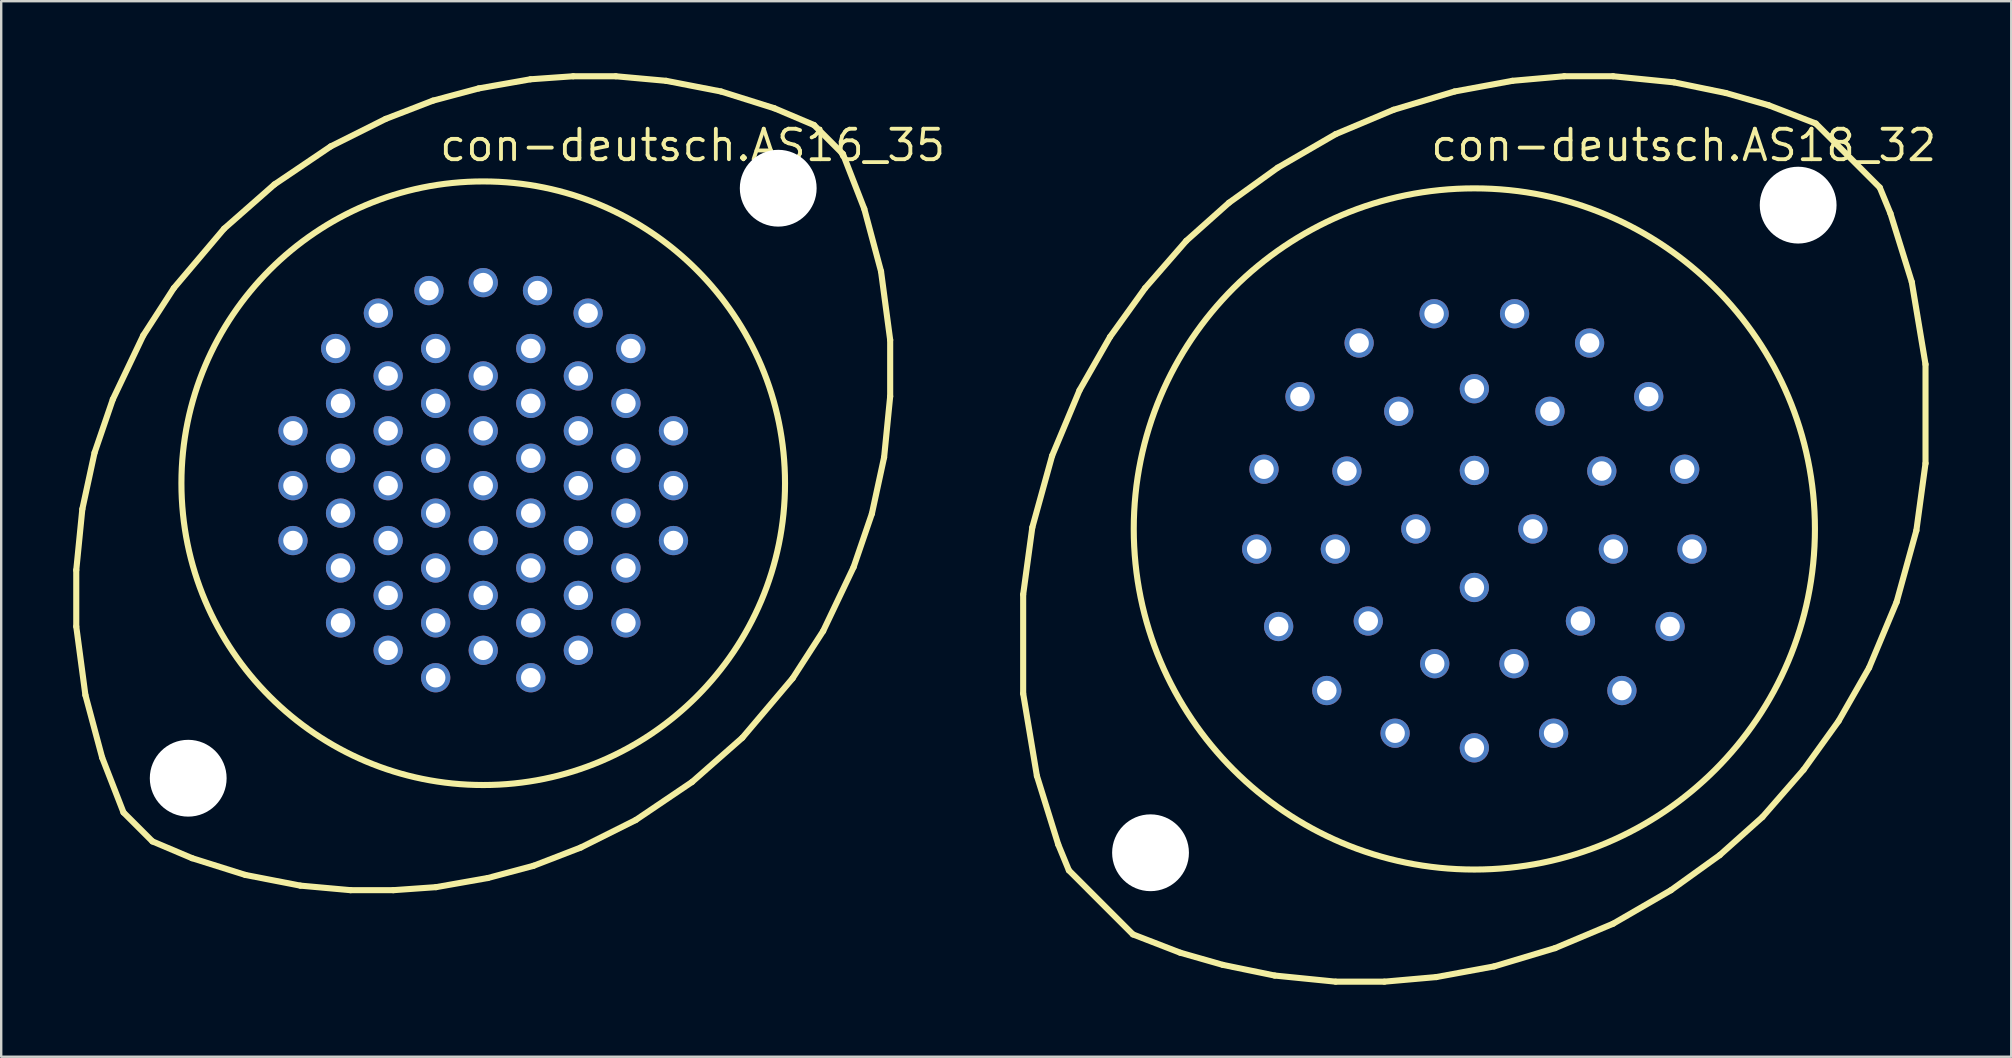
<source format=kicad_pcb>
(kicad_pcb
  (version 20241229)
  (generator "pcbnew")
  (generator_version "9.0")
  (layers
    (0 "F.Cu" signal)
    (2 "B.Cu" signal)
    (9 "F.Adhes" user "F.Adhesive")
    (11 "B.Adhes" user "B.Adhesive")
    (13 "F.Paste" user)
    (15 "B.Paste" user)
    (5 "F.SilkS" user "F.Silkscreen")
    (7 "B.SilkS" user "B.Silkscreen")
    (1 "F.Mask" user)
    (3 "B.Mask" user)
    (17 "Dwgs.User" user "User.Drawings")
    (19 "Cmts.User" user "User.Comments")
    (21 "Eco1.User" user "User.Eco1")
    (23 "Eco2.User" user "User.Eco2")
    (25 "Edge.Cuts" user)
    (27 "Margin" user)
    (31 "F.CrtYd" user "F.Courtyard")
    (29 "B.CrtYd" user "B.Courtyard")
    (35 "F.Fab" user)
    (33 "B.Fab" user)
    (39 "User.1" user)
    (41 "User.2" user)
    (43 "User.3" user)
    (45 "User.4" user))
  (footprint "con-deutsch.AS18_32"
    (layer "F.Cu")
    (at 58.371 18.986)
    (property "Reference" "con-deutsch.AS18_32" (at -1.905 -15.24 0) (layer "F.SilkS") (effects (font (size 1.27 1.27) (thickness 0.16)) (justify left bottom)))
    (attr through_hole)
    (fp_line (start -18.796 2.731) (end -18.415 -0.064) (stroke (width 0.254) (type default)) (layer "F.SilkS"))
    (fp_line (start -18.796 6.858) (end -18.796 2.731) (stroke (width 0.254) (type default)) (layer "F.SilkS"))
    (fp_line (start -18.415 -0.064) (end -17.59 -3.048) (stroke (width 0.254) (type default)) (layer "F.SilkS"))
    (fp_line (start -18.224 10.287) (end -18.796 6.858) (stroke (width 0.254) (type default)) (layer "F.SilkS"))
    (fp_line (start -17.59 -3.048) (end -16.447 -5.779) (stroke (width 0.254) (type default)) (layer "F.SilkS"))
    (fp_line (start -17.335 13.145) (end -18.224 10.287) (stroke (width 0.254) (type default)) (layer "F.SilkS"))
    (fp_line (start -16.891 14.224) (end -17.335 13.145) (stroke (width 0.254) (type default)) (layer "F.SilkS"))
    (fp_line (start -16.891 14.224) (end -14.224 16.891) (stroke (width 0.254) (type default)) (layer "F.SilkS"))
    (fp_line (start -16.447 -5.779) (end -15.177 -8.001) (stroke (width 0.254) (type default)) (layer "F.SilkS"))
    (fp_line (start -15.177 -8.001) (end -13.716 -10.033) (stroke (width 0.254) (type default)) (layer "F.SilkS"))
    (fp_line (start -13.716 -10.033) (end -12.002 -12.002) (stroke (width 0.254) (type default)) (layer "F.SilkS"))
    (fp_line (start -12.255 17.653) (end -14.224 16.891) (stroke (width 0.254) (type default)) (layer "F.SilkS"))
    (fp_line (start -12.002 -12.002) (end -10.223 -13.589) (stroke (width 0.254) (type default)) (layer "F.SilkS"))
    (fp_line (start -10.477 18.161) (end -12.255 17.653) (stroke (width 0.254) (type default)) (layer "F.SilkS"))
    (fp_line (start -10.223 -13.589) (end -8.191 -15.05) (stroke (width 0.254) (type default)) (layer "F.SilkS"))
    (fp_line (start -8.319 18.605) (end -10.477 18.161) (stroke (width 0.254) (type default)) (layer "F.SilkS"))
    (fp_line (start -8.191 -15.05) (end -5.779 -16.447) (stroke (width 0.254) (type default)) (layer "F.SilkS"))
    (fp_line (start -5.779 -16.447) (end -3.365 -17.462) (stroke (width 0.254) (type default)) (layer "F.SilkS"))
    (fp_line (start -5.779 18.86) (end -8.319 18.605) (stroke (width 0.254) (type default)) (layer "F.SilkS"))
    (fp_line (start -3.747 18.86) (end -5.779 18.86) (stroke (width 0.254) (type default)) (layer "F.SilkS"))
    (fp_line (start -3.365 -17.462) (end -0.826 -18.224) (stroke (width 0.254) (type default)) (layer "F.SilkS"))
    (fp_line (start -1.587 18.669) (end -3.747 18.86) (stroke (width 0.254) (type default)) (layer "F.SilkS"))
    (fp_line (start -0.826 -18.224) (end 1.587 -18.669) (stroke (width 0.254) (type default)) (layer "F.SilkS"))
    (fp_line (start 0.826 18.224) (end -1.587 18.669) (stroke (width 0.254) (type default)) (layer "F.SilkS"))
    (fp_line (start 1.587 -18.669) (end 3.747 -18.86) (stroke (width 0.254) (type default)) (layer "F.SilkS"))
    (fp_line (start 3.365 17.462) (end 0.826 18.224) (stroke (width 0.254) (type default)) (layer "F.SilkS"))
    (fp_line (start 3.747 -18.86) (end 5.779 -18.86) (stroke (width 0.254) (type default)) (layer "F.SilkS"))
    (fp_line (start 5.779 -18.86) (end 8.319 -18.605) (stroke (width 0.254) (type default)) (layer "F.SilkS"))
    (fp_line (start 5.779 16.447) (end 3.365 17.462) (stroke (width 0.254) (type default)) (layer "F.SilkS"))
    (fp_line (start 8.191 15.05) (end 5.779 16.447) (stroke (width 0.254) (type default)) (layer "F.SilkS"))
    (fp_line (start 8.319 -18.605) (end 10.477 -18.161) (stroke (width 0.254) (type default)) (layer "F.SilkS"))
    (fp_line (start 10.223 13.589) (end 8.191 15.05) (stroke (width 0.254) (type default)) (layer "F.SilkS"))
    (fp_line (start 10.477 -18.161) (end 12.255 -17.653) (stroke (width 0.254) (type default)) (layer "F.SilkS"))
    (fp_line (start 12.002 12.002) (end 10.223 13.589) (stroke (width 0.254) (type default)) (layer "F.SilkS"))
    (fp_line (start 12.255 -17.653) (end 14.224 -16.891) (stroke (width 0.254) (type default)) (layer "F.SilkS"))
    (fp_line (start 13.716 10.033) (end 12.002 12.002) (stroke (width 0.254) (type default)) (layer "F.SilkS"))
    (fp_line (start 14.224 -16.891) (end 16.891 -14.224) (stroke (width 0.254) (type default)) (layer "F.SilkS"))
    (fp_line (start 15.177 8.001) (end 13.716 10.033) (stroke (width 0.254) (type default)) (layer "F.SilkS"))
    (fp_line (start 16.447 5.779) (end 15.177 8.001) (stroke (width 0.254) (type default)) (layer "F.SilkS"))
    (fp_line (start 16.891 -14.224) (end 17.335 -13.145) (stroke (width 0.254) (type default)) (layer "F.SilkS"))
    (fp_line (start 17.335 -13.145) (end 18.224 -10.287) (stroke (width 0.254) (type default)) (layer "F.SilkS"))
    (fp_line (start 17.59 3.048) (end 16.447 5.779) (stroke (width 0.254) (type default)) (layer "F.SilkS"))
    (fp_line (start 18.224 -10.287) (end 18.796 -6.858) (stroke (width 0.254) (type default)) (layer "F.SilkS"))
    (fp_line (start 18.415 0.064) (end 17.59 3.048) (stroke (width 0.254) (type default)) (layer "F.SilkS"))
    (fp_line (start 18.796 -6.858) (end 18.796 -2.731) (stroke (width 0.254) (type default)) (layer "F.SilkS"))
    (fp_line (start 18.796 -2.731) (end 18.415 0.064) (stroke (width 0.254) (type default)) (layer "F.SilkS"))
    (fp_circle (center 0 0) (end 14.189 0) (stroke (width 0.254) (type default)) (fill no) (layer "F.SilkS"))
    (pad "" np_thru_hole circle (at -13.49 13.49) (size 3.2 3.2) (drill 3.2) (layers "*.Cu" "*.Mask"))
    (pad "" np_thru_hole circle (at 13.49 -13.49) (size 3.2 3.2) (drill 3.2) (layers "*.Cu" "*.Mask"))
    (pad "A" thru_hole circle (at 1.676 -8.966) (size 1.219 1.219) (drill 0.813) (layers "*.Cu" "*.Mask"))
    (pad "A'" thru_hole circle (at -1.651 5.613) (size 1.219 1.219) (drill 0.813) (layers "*.Cu" "*.Mask"))
    (pad "B" thru_hole circle (at 4.801 -7.747) (size 1.219 1.219) (drill 0.813) (layers "*.Cu" "*.Mask"))
    (pad "B'" thru_hole circle (at -4.42 3.835) (size 1.219 1.219) (drill 0.813) (layers "*.Cu" "*.Mask"))
    (pad "C" thru_hole circle (at 7.264 -5.512) (size 1.219 1.219) (drill 0.813) (layers "*.Cu" "*.Mask"))
    (pad "C'" thru_hole circle (at -5.791 0.838) (size 1.219 1.219) (drill 0.813) (layers "*.Cu" "*.Mask"))
    (pad "D" thru_hole circle (at 8.763 -2.489) (size 1.219 1.219) (drill 0.813) (layers "*.Cu" "*.Mask"))
    (pad "D'" thru_hole circle (at -5.309 -2.413) (size 1.219 1.219) (drill 0.813) (layers "*.Cu" "*.Mask"))
    (pad "E" thru_hole circle (at 9.068 0.838) (size 1.219 1.219) (drill 0.813) (layers "*.Cu" "*.Mask"))
    (pad "E'" thru_hole circle (at -3.15 -4.902) (size 1.219 1.219) (drill 0.813) (layers "*.Cu" "*.Mask"))
    (pad "F" thru_hole circle (at 8.153 4.064) (size 1.219 1.219) (drill 0.813) (layers "*.Cu" "*.Mask"))
    (pad "F'" thru_hole circle (at 0 -2.438) (size 1.219 1.219) (drill 0.813) (layers "*.Cu" "*.Mask"))
    (pad "G" thru_hole circle (at 6.147 6.731) (size 1.219 1.219) (drill 0.813) (layers "*.Cu" "*.Mask"))
    (pad "G'" thru_hole circle (at 2.438 0) (size 1.219 1.219) (drill 0.813) (layers "*.Cu" "*.Mask"))
    (pad "H" thru_hole circle (at 3.302 8.509) (size 1.219 1.219) (drill 0.813) (layers "*.Cu" "*.Mask"))
    (pad "H'" thru_hole circle (at 0 2.438) (size 1.219 1.219) (drill 0.813) (layers "*.Cu" "*.Mask"))
    (pad "J" thru_hole circle (at 0 9.119) (size 1.219 1.219) (drill 0.813) (layers "*.Cu" "*.Mask"))
    (pad "J'" thru_hole circle (at -2.438 0) (size 1.219 1.219) (drill 0.813) (layers "*.Cu" "*.Mask"))
    (pad "K" thru_hole circle (at -3.302 8.509) (size 1.219 1.219) (drill 0.813) (layers "*.Cu" "*.Mask"))
    (pad "L" thru_hole circle (at -6.147 6.731) (size 1.219 1.219) (drill 0.813) (layers "*.Cu" "*.Mask"))
    (pad "M" thru_hole circle (at -8.153 4.064) (size 1.219 1.219) (drill 0.813) (layers "*.Cu" "*.Mask"))
    (pad "N" thru_hole circle (at -9.068 0.838) (size 1.219 1.219) (drill 0.813) (layers "*.Cu" "*.Mask"))
    (pad "P" thru_hole circle (at -8.763 -2.489) (size 1.219 1.219) (drill 0.813) (layers "*.Cu" "*.Mask"))
    (pad "R" thru_hole circle (at -7.264 -5.512) (size 1.219 1.219) (drill 0.813) (layers "*.Cu" "*.Mask"))
    (pad "S" thru_hole circle (at -4.801 -7.747) (size 1.219 1.219) (drill 0.813) (layers "*.Cu" "*.Mask"))
    (pad "T" thru_hole circle (at -1.676 -8.966) (size 1.219 1.219) (drill 0.813) (layers "*.Cu" "*.Mask"))
    (pad "U" thru_hole circle (at 0 -5.842) (size 1.219 1.219) (drill 0.813) (layers "*.Cu" "*.Mask"))
    (pad "V" thru_hole circle (at 3.15 -4.902) (size 1.219 1.219) (drill 0.813) (layers "*.Cu" "*.Mask"))
    (pad "W" thru_hole circle (at 5.309 -2.413) (size 1.219 1.219) (drill 0.813) (layers "*.Cu" "*.Mask"))
    (pad "X" thru_hole circle (at 5.791 0.838) (size 1.219 1.219) (drill 0.813) (layers "*.Cu" "*.Mask"))
    (pad "Y" thru_hole circle (at 4.42 3.835) (size 1.219 1.219) (drill 0.813) (layers "*.Cu" "*.Mask"))
    (pad "Z" thru_hole circle (at 1.651 5.613) (size 1.219 1.219) (drill 0.813) (layers "*.Cu" "*.Mask")))
  (footprint "con-deutsch.AS16_35"
    (layer "F.Cu")
    (at 17.081 17.081)
    (property "Reference" "con-deutsch.AS16_35" (at -1.905 -13.335 0) (layer "F.SilkS") (effects (font (size 1.27 1.27) (thickness 0.16)) (justify left bottom)))
    (attr through_hole)
    (fp_line (start -16.954 3.619) (end -16.701 1.079) (stroke (width 0.254) (type default)) (layer "F.SilkS"))
    (fp_line (start -16.954 5.969) (end -16.954 3.619) (stroke (width 0.254) (type default)) (layer "F.SilkS"))
    (fp_line (start -16.701 1.079) (end -16.192 -1.27) (stroke (width 0.254) (type default)) (layer "F.SilkS"))
    (fp_line (start -16.573 8.826) (end -16.954 5.969) (stroke (width 0.254) (type default)) (layer "F.SilkS"))
    (fp_line (start -16.192 -1.27) (end -15.431 -3.493) (stroke (width 0.254) (type default)) (layer "F.SilkS"))
    (fp_line (start -15.875 11.43) (end -16.573 8.826) (stroke (width 0.254) (type default)) (layer "F.SilkS"))
    (fp_line (start -15.431 -3.493) (end -14.161 -6.16) (stroke (width 0.254) (type default)) (layer "F.SilkS"))
    (fp_line (start -14.986 13.716) (end -15.875 11.43) (stroke (width 0.254) (type default)) (layer "F.SilkS"))
    (fp_line (start -14.986 13.716) (end -13.78 14.922) (stroke (width 0.254) (type default)) (layer "F.SilkS"))
    (fp_line (start -14.161 -6.16) (end -12.89 -8.128) (stroke (width 0.254) (type default)) (layer "F.SilkS"))
    (fp_line (start -12.89 -8.128) (end -10.795 -10.604) (stroke (width 0.254) (type default)) (layer "F.SilkS"))
    (fp_line (start -12.129 15.621) (end -13.78 14.922) (stroke (width 0.254) (type default)) (layer "F.SilkS"))
    (fp_line (start -10.795 -10.604) (end -8.7 -12.446) (stroke (width 0.254) (type default)) (layer "F.SilkS"))
    (fp_line (start -9.906 16.32) (end -12.129 15.621) (stroke (width 0.254) (type default)) (layer "F.SilkS"))
    (fp_line (start -8.7 -12.446) (end -6.35 -14.034) (stroke (width 0.254) (type default)) (layer "F.SilkS"))
    (fp_line (start -7.62 16.764) (end -9.906 16.32) (stroke (width 0.254) (type default)) (layer "F.SilkS"))
    (fp_line (start -6.35 -14.034) (end -4.064 -15.177) (stroke (width 0.254) (type default)) (layer "F.SilkS"))
    (fp_line (start -5.524 16.954) (end -7.62 16.764) (stroke (width 0.254) (type default)) (layer "F.SilkS"))
    (fp_line (start -4.064 -15.177) (end -2.095 -15.938) (stroke (width 0.254) (type default)) (layer "F.SilkS"))
    (fp_line (start -3.747 16.954) (end -5.524 16.954) (stroke (width 0.254) (type default)) (layer "F.SilkS"))
    (fp_line (start -2.095 -15.938) (end -0.191 -16.447) (stroke (width 0.254) (type default)) (layer "F.SilkS"))
    (fp_line (start -1.968 16.828) (end -3.747 16.954) (stroke (width 0.254) (type default)) (layer "F.SilkS"))
    (fp_line (start -0.191 -16.447) (end 1.968 -16.828) (stroke (width 0.254) (type default)) (layer "F.SilkS"))
    (fp_line (start 0.191 16.447) (end -1.968 16.828) (stroke (width 0.254) (type default)) (layer "F.SilkS"))
    (fp_line (start 1.968 -16.828) (end 3.747 -16.954) (stroke (width 0.254) (type default)) (layer "F.SilkS"))
    (fp_line (start 2.095 15.938) (end 0.191 16.447) (stroke (width 0.254) (type default)) (layer "F.SilkS"))
    (fp_line (start 3.747 -16.954) (end 5.524 -16.954) (stroke (width 0.254) (type default)) (layer "F.SilkS"))
    (fp_line (start 4.064 15.177) (end 2.095 15.938) (stroke (width 0.254) (type default)) (layer "F.SilkS"))
    (fp_line (start 5.524 -16.954) (end 7.62 -16.764) (stroke (width 0.254) (type default)) (layer "F.SilkS"))
    (fp_line (start 6.35 14.034) (end 4.064 15.177) (stroke (width 0.254) (type default)) (layer "F.SilkS"))
    (fp_line (start 7.62 -16.764) (end 9.906 -16.32) (stroke (width 0.254) (type default)) (layer "F.SilkS"))
    (fp_line (start 8.7 12.446) (end 6.35 14.034) (stroke (width 0.254) (type default)) (layer "F.SilkS"))
    (fp_line (start 9.906 -16.32) (end 12.129 -15.621) (stroke (width 0.254) (type default)) (layer "F.SilkS"))
    (fp_line (start 10.795 10.604) (end 8.7 12.446) (stroke (width 0.254) (type default)) (layer "F.SilkS"))
    (fp_line (start 12.129 -15.621) (end 13.78 -14.922) (stroke (width 0.254) (type default)) (layer "F.SilkS"))
    (fp_line (start 12.89 8.128) (end 10.795 10.604) (stroke (width 0.254) (type default)) (layer "F.SilkS"))
    (fp_line (start 13.78 -14.922) (end 14.986 -13.716) (stroke (width 0.254) (type default)) (layer "F.SilkS"))
    (fp_line (start 14.161 6.16) (end 12.89 8.128) (stroke (width 0.254) (type default)) (layer "F.SilkS"))
    (fp_line (start 14.986 -13.716) (end 15.875 -11.43) (stroke (width 0.254) (type default)) (layer "F.SilkS"))
    (fp_line (start 15.431 3.493) (end 14.161 6.16) (stroke (width 0.254) (type default)) (layer "F.SilkS"))
    (fp_line (start 15.875 -11.43) (end 16.573 -8.826) (stroke (width 0.254) (type default)) (layer "F.SilkS"))
    (fp_line (start 16.192 1.27) (end 15.431 3.493) (stroke (width 0.254) (type default)) (layer "F.SilkS"))
    (fp_line (start 16.573 -8.826) (end 16.954 -5.969) (stroke (width 0.254) (type default)) (layer "F.SilkS"))
    (fp_line (start 16.701 -1.079) (end 16.192 1.27) (stroke (width 0.254) (type default)) (layer "F.SilkS"))
    (fp_line (start 16.954 -5.969) (end 16.954 -3.619) (stroke (width 0.254) (type default)) (layer "F.SilkS"))
    (fp_line (start 16.954 -3.619) (end 16.701 -1.079) (stroke (width 0.254) (type default)) (layer "F.SilkS"))
    (fp_circle (center 0 0) (end 12.573 0) (stroke (width 0.254) (type default)) (fill no) (layer "F.SilkS"))
    (pad "" np_thru_hole circle (at -12.29 12.29) (size 3.2 3.2) (drill 3.2) (layers "*.Cu" "*.Mask"))
    (pad "" np_thru_hole circle (at 12.29 -12.29) (size 3.2 3.2) (drill 3.2) (layers "*.Cu" "*.Mask"))
    (pad "1" thru_hole circle (at -7.925 -2.184) (size 1.219 1.219) (drill 0.813) (layers "*.Cu" "*.Mask"))
    (pad "2" thru_hole circle (at -7.925 0.102) (size 1.219 1.219) (drill 0.813) (layers "*.Cu" "*.Mask"))
    (pad "3" thru_hole circle (at -7.925 2.388) (size 1.219 1.219) (drill 0.813) (layers "*.Cu" "*.Mask"))
    (pad "4" thru_hole circle (at -6.147 -5.613) (size 1.219 1.219) (drill 0.813) (layers "*.Cu" "*.Mask"))
    (pad "5" thru_hole circle (at -5.944 -3.327) (size 1.219 1.219) (drill 0.813) (layers "*.Cu" "*.Mask"))
    (pad "6" thru_hole circle (at -5.944 -1.041) (size 1.219 1.219) (drill 0.813) (layers "*.Cu" "*.Mask"))
    (pad "7" thru_hole circle (at -5.944 1.245) (size 1.219 1.219) (drill 0.813) (layers "*.Cu" "*.Mask"))
    (pad "8" thru_hole circle (at -5.944 3.531) (size 1.219 1.219) (drill 0.813) (layers "*.Cu" "*.Mask"))
    (pad "9" thru_hole circle (at -5.944 5.817) (size 1.219 1.219) (drill 0.813) (layers "*.Cu" "*.Mask"))
    (pad "10" thru_hole circle (at -4.369 -7.087) (size 1.219 1.219) (drill 0.813) (layers "*.Cu" "*.Mask"))
    (pad "11" thru_hole circle (at -3.962 -4.47) (size 1.219 1.219) (drill 0.813) (layers "*.Cu" "*.Mask"))
    (pad "12" thru_hole circle (at -3.962 -2.184) (size 1.219 1.219) (drill 0.813) (layers "*.Cu" "*.Mask"))
    (pad "13" thru_hole circle (at -3.962 0.102) (size 1.219 1.219) (drill 0.813) (layers "*.Cu" "*.Mask"))
    (pad "14" thru_hole circle (at -3.962 2.388) (size 1.219 1.219) (drill 0.813) (layers "*.Cu" "*.Mask"))
    (pad "15" thru_hole circle (at -3.962 4.674) (size 1.219 1.219) (drill 0.813) (layers "*.Cu" "*.Mask"))
    (pad "16" thru_hole circle (at -3.962 6.96) (size 1.219 1.219) (drill 0.813) (layers "*.Cu" "*.Mask"))
    (pad "17" thru_hole circle (at -2.261 -8.026) (size 1.219 1.219) (drill 0.813) (layers "*.Cu" "*.Mask"))
    (pad "18" thru_hole circle (at -1.981 -5.613) (size 1.219 1.219) (drill 0.813) (layers "*.Cu" "*.Mask"))
    (pad "19" thru_hole circle (at -1.981 -3.327) (size 1.219 1.219) (drill 0.813) (layers "*.Cu" "*.Mask"))
    (pad "20" thru_hole circle (at -1.981 -1.041) (size 1.219 1.219) (drill 0.813) (layers "*.Cu" "*.Mask"))
    (pad "21" thru_hole circle (at -1.981 1.245) (size 1.219 1.219) (drill 0.813) (layers "*.Cu" "*.Mask"))
    (pad "22" thru_hole circle (at -1.981 3.531) (size 1.219 1.219) (drill 0.813) (layers "*.Cu" "*.Mask"))
    (pad "23" thru_hole circle (at -1.981 5.817) (size 1.219 1.219) (drill 0.813) (layers "*.Cu" "*.Mask"))
    (pad "24" thru_hole circle (at -1.981 8.103) (size 1.219 1.219) (drill 0.813) (layers "*.Cu" "*.Mask"))
    (pad "25" thru_hole circle (at 0 -8.357) (size 1.219 1.219) (drill 0.813) (layers "*.Cu" "*.Mask"))
    (pad "26" thru_hole circle (at 0 -4.47) (size 1.219 1.219) (drill 0.813) (layers "*.Cu" "*.Mask"))
    (pad "27" thru_hole circle (at 0 -2.184) (size 1.219 1.219) (drill 0.813) (layers "*.Cu" "*.Mask"))
    (pad "28" thru_hole circle (at 0 0.102) (size 1.219 1.219) (drill 0.813) (layers "*.Cu" "*.Mask"))
    (pad "29" thru_hole circle (at 0 2.388) (size 1.219 1.219) (drill 0.813) (layers "*.Cu" "*.Mask"))
    (pad "30" thru_hole circle (at 0 4.674) (size 1.219 1.219) (drill 0.813) (layers "*.Cu" "*.Mask"))
    (pad "31" thru_hole circle (at 0 6.96) (size 1.219 1.219) (drill 0.813) (layers "*.Cu" "*.Mask"))
    (pad "32" thru_hole circle (at 2.261 -8.026) (size 1.219 1.219) (drill 0.813) (layers "*.Cu" "*.Mask"))
    (pad "33" thru_hole circle (at 1.981 -5.613) (size 1.219 1.219) (drill 0.813) (layers "*.Cu" "*.Mask"))
    (pad "34" thru_hole circle (at 1.981 -3.327) (size 1.219 1.219) (drill 0.813) (layers "*.Cu" "*.Mask"))
    (pad "35" thru_hole circle (at 1.981 -1.041) (size 1.219 1.219) (drill 0.813) (layers "*.Cu" "*.Mask"))
    (pad "36" thru_hole circle (at 1.981 1.245) (size 1.219 1.219) (drill 0.813) (layers "*.Cu" "*.Mask"))
    (pad "37" thru_hole circle (at 1.981 3.531) (size 1.219 1.219) (drill 0.813) (layers "*.Cu" "*.Mask"))
    (pad "38" thru_hole circle (at 1.981 5.817) (size 1.219 1.219) (drill 0.813) (layers "*.Cu" "*.Mask"))
    (pad "39" thru_hole circle (at 1.981 8.103) (size 1.219 1.219) (drill 0.813) (layers "*.Cu" "*.Mask"))
    (pad "40" thru_hole circle (at 4.369 -7.087) (size 1.219 1.219) (drill 0.813) (layers "*.Cu" "*.Mask"))
    (pad "41" thru_hole circle (at 3.962 -4.47) (size 1.219 1.219) (drill 0.813) (layers "*.Cu" "*.Mask"))
    (pad "42" thru_hole circle (at 3.962 -2.184) (size 1.219 1.219) (drill 0.813) (layers "*.Cu" "*.Mask"))
    (pad "43" thru_hole circle (at 3.962 0.102) (size 1.219 1.219) (drill 0.813) (layers "*.Cu" "*.Mask"))
    (pad "44" thru_hole circle (at 3.962 2.388) (size 1.219 1.219) (drill 0.813) (layers "*.Cu" "*.Mask"))
    (pad "45" thru_hole circle (at 3.962 4.674) (size 1.219 1.219) (drill 0.813) (layers "*.Cu" "*.Mask"))
    (pad "46" thru_hole circle (at 3.962 6.96) (size 1.219 1.219) (drill 0.813) (layers "*.Cu" "*.Mask"))
    (pad "47" thru_hole circle (at 6.147 -5.613) (size 1.219 1.219) (drill 0.813) (layers "*.Cu" "*.Mask"))
    (pad "48" thru_hole circle (at 5.944 -3.327) (size 1.219 1.219) (drill 0.813) (layers "*.Cu" "*.Mask"))
    (pad "49" thru_hole circle (at 5.944 -1.041) (size 1.219 1.219) (drill 0.813) (layers "*.Cu" "*.Mask"))
    (pad "50" thru_hole circle (at 5.944 1.245) (size 1.219 1.219) (drill 0.813) (layers "*.Cu" "*.Mask"))
    (pad "51" thru_hole circle (at 5.944 3.531) (size 1.219 1.219) (drill 0.813) (layers "*.Cu" "*.Mask"))
    (pad "52" thru_hole circle (at 5.944 5.817) (size 1.219 1.219) (drill 0.813) (layers "*.Cu" "*.Mask"))
    (pad "53" thru_hole circle (at 7.925 -2.184) (size 1.219 1.219) (drill 0.813) (layers "*.Cu" "*.Mask"))
    (pad "54" thru_hole circle (at 7.925 0.102) (size 1.219 1.219) (drill 0.813) (layers "*.Cu" "*.Mask"))
    (pad "55" thru_hole circle (at 7.925 2.388) (size 1.219 1.219) (drill 0.813) (layers "*.Cu" "*.Mask")))
  (gr_rect
    (start -3 -3)
    (end 80.738 40.973)
    (stroke (width 0.1) (type default))
    (fill no)
    (layer "Edge.Cuts")))
</source>
